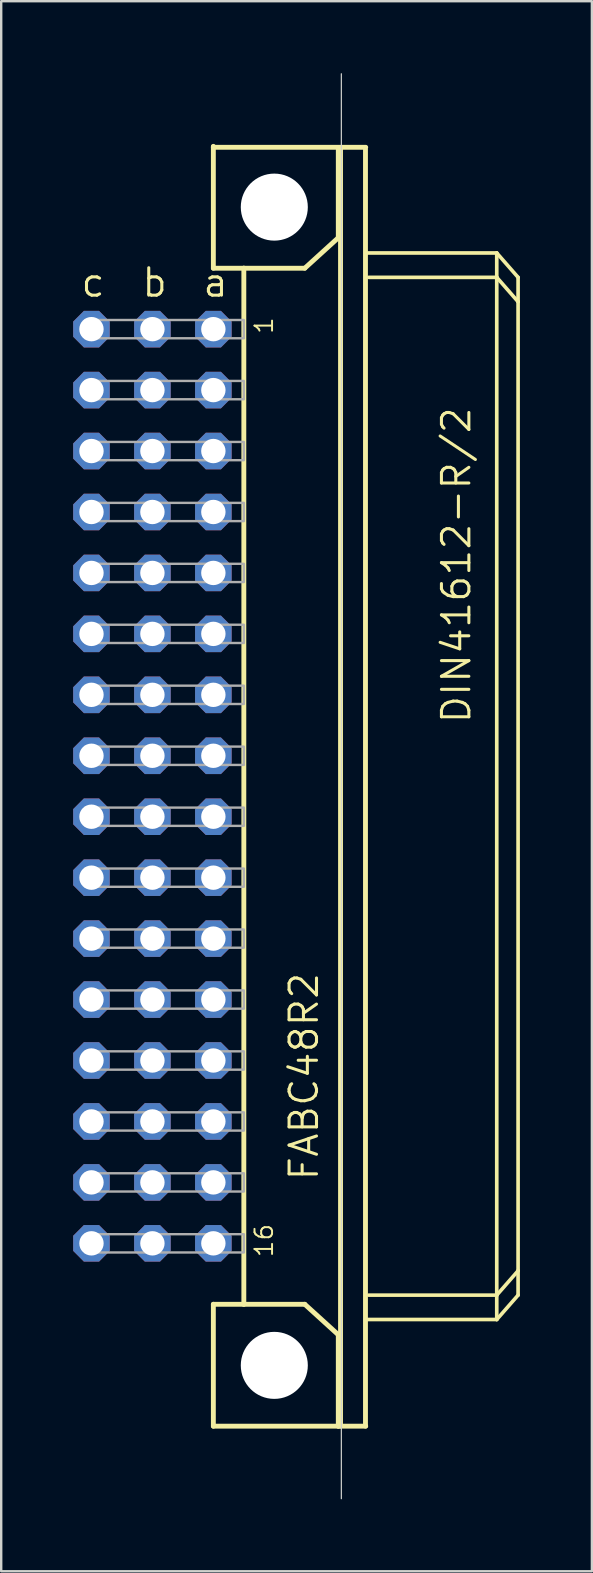
<source format=kicad_pcb>
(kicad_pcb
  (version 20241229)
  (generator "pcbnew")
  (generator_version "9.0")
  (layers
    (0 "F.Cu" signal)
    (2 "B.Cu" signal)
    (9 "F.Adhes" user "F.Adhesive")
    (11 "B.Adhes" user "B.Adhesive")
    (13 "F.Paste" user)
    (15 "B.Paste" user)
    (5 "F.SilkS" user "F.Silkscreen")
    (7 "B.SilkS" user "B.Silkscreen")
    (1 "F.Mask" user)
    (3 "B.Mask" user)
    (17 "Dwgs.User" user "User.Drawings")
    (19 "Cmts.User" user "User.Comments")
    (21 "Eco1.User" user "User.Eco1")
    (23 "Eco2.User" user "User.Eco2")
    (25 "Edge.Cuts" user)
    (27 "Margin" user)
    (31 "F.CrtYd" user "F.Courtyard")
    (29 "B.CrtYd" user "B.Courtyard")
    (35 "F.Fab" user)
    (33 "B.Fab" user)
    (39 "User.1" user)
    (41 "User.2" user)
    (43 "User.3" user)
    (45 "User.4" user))
  (footprint "FABC48R2"
    (layer "F.Cu")
    (at 13.462 30.988)
    (property "Reference" "FABC48R2" (at -3.175 15.24 90) (layer "F.SilkS") (effects (font (size 1.143 1.143) (thickness 0.127)) (justify left bottom)))
    (fp_line (start -7.62 -27.94) (end -7.62 -27.9) (stroke (width 0.203) (type solid)) (layer "F.SilkS"))
    (fp_line (start -7.62 -27.9) (end -7.62 -22.86) (stroke (width 0.203) (type solid)) (layer "F.SilkS"))
    (fp_line (start -7.62 -27.9) (end -1.27 -27.9) (stroke (width 0.203) (type solid)) (layer "F.SilkS"))
    (fp_line (start -7.62 -22.86) (end -6.35 -22.86) (stroke (width 0.203) (type solid)) (layer "F.SilkS"))
    (fp_line (start -7.62 20.32) (end -6.35 20.32) (stroke (width 0.203) (type solid)) (layer "F.SilkS"))
    (fp_line (start -7.62 25.4) (end -7.62 20.32) (stroke (width 0.203) (type solid)) (layer "F.SilkS"))
    (fp_line (start -7.62 25.4) (end -2.413 25.4) (stroke (width 0.203) (type solid)) (layer "F.SilkS"))
    (fp_line (start -6.35 -22.86) (end -6.35 20.32) (stroke (width 0.203) (type solid)) (layer "F.SilkS"))
    (fp_line (start -6.35 -22.86) (end -3.81 -22.86) (stroke (width 0.203) (type solid)) (layer "F.SilkS"))
    (fp_line (start -6.35 20.32) (end -3.81 20.32) (stroke (width 0.203) (type solid)) (layer "F.SilkS"))
    (fp_line (start -3.81 -22.86) (end -2.413 -24.13) (stroke (width 0.203) (type solid)) (layer "F.SilkS"))
    (fp_line (start -3.81 20.32) (end -2.413 21.59) (stroke (width 0.203) (type solid)) (layer "F.SilkS"))
    (fp_line (start -2.413 -24.13) (end -2.413 -27.813) (stroke (width 0.203) (type solid)) (layer "F.SilkS"))
    (fp_line (start -2.413 21.59) (end -2.413 25.4) (stroke (width 0.203) (type solid)) (layer "F.SilkS"))
    (fp_line (start -2.413 25.4) (end -1.27 25.4) (stroke (width 0.203) (type solid)) (layer "F.SilkS"))
    (fp_line (start -2.32 -27.81) (end -2.32 25.397) (stroke (width 0.203) (type solid)) (layer "F.SilkS"))
    (fp_line (start -1.28 25.397) (end -1.28 -27.81) (stroke (width 0.203) (type solid)) (layer "F.SilkS"))
    (fp_line (start -1.27 -23.495) (end 4.191 -23.495) (stroke (width 0.152) (type solid)) (layer "F.SilkS"))
    (fp_line (start -1.143 19.939) (end 4.191 19.939) (stroke (width 0.152) (type solid)) (layer "F.SilkS"))
    (fp_line (start 4.191 -22.479) (end -1.143 -22.479) (stroke (width 0.152) (type solid)) (layer "F.SilkS"))
    (fp_line (start 4.191 -22.479) (end 4.191 -23.495) (stroke (width 0.152) (type solid)) (layer "F.SilkS"))
    (fp_line (start 4.191 19.939) (end 4.191 -22.479) (stroke (width 0.152) (type solid)) (layer "F.SilkS"))
    (fp_line (start 4.191 19.939) (end 5.08 18.923) (stroke (width 0.152) (type solid)) (layer "F.SilkS"))
    (fp_line (start 4.191 20.955) (end -1.27 20.955) (stroke (width 0.152) (type solid)) (layer "F.SilkS"))
    (fp_line (start 4.191 20.955) (end 4.191 19.939) (stroke (width 0.152) (type solid)) (layer "F.SilkS"))
    (fp_line (start 4.191 20.955) (end 5.08 19.939) (stroke (width 0.152) (type solid)) (layer "F.SilkS"))
    (fp_line (start 5.08 -22.479) (end 4.191 -23.495) (stroke (width 0.152) (type solid)) (layer "F.SilkS"))
    (fp_line (start 5.08 -21.463) (end 4.191 -22.479) (stroke (width 0.152) (type solid)) (layer "F.SilkS"))
    (fp_line (start 5.08 -21.463) (end 5.08 -22.479) (stroke (width 0.152) (type solid)) (layer "F.SilkS"))
    (fp_line (start 5.08 18.923) (end 5.08 -21.463) (stroke (width 0.152) (type solid)) (layer "F.SilkS"))
    (fp_line (start 5.08 19.939) (end 5.08 18.923) (stroke (width 0.152) (type solid)) (layer "F.SilkS"))
    (fp_circle (center -5.08 -25.406) (end -3.81 -25.406) (stroke (width 0.152) (type solid)) (fill no) (layer "F.SilkS"))
    (fp_circle (center -5.08 22.866) (end -3.81 22.866) (stroke (width 0.152) (type solid)) (fill no) (layer "F.SilkS"))
    (fp_line (start -2.286 28.423) (end -2.286 -30.963) (stroke (width 0.05) (type solid)) (layer "Edge.Cuts"))
    (fp_poly (pts (xy -12.954 -19.939) (xy -6.35 -19.939) (xy -6.35 -20.701) (xy -12.954 -20.701)) (stroke (width 0.1) (type default)) (fill no) (layer "F.Fab"))
    (fp_poly (pts (xy -12.954 -17.399) (xy -6.35 -17.399) (xy -6.35 -18.161) (xy -12.954 -18.161)) (stroke (width 0.1) (type default)) (fill no) (layer "F.Fab"))
    (fp_poly (pts (xy -12.954 -14.859) (xy -6.35 -14.859) (xy -6.35 -15.621) (xy -12.954 -15.621)) (stroke (width 0.1) (type default)) (fill no) (layer "F.Fab"))
    (fp_poly (pts (xy -12.954 -12.319) (xy -6.35 -12.319) (xy -6.35 -13.081) (xy -12.954 -13.081)) (stroke (width 0.1) (type default)) (fill no) (layer "F.Fab"))
    (fp_poly (pts (xy -12.954 -9.779) (xy -6.35 -9.779) (xy -6.35 -10.541) (xy -12.954 -10.541)) (stroke (width 0.1) (type default)) (fill no) (layer "F.Fab"))
    (fp_poly (pts (xy -12.954 -7.239) (xy -6.35 -7.239) (xy -6.35 -8.001) (xy -12.954 -8.001)) (stroke (width 0.1) (type default)) (fill no) (layer "F.Fab"))
    (fp_poly (pts (xy -12.954 -4.699) (xy -6.35 -4.699) (xy -6.35 -5.461) (xy -12.954 -5.461)) (stroke (width 0.1) (type default)) (fill no) (layer "F.Fab"))
    (fp_poly (pts (xy -12.954 -2.159) (xy -6.35 -2.159) (xy -6.35 -2.921) (xy -12.954 -2.921)) (stroke (width 0.1) (type default)) (fill no) (layer "F.Fab"))
    (fp_poly (pts (xy -12.954 0.381) (xy -6.35 0.381) (xy -6.35 -0.381) (xy -12.954 -0.381)) (stroke (width 0.1) (type default)) (fill no) (layer "F.Fab"))
    (fp_poly (pts (xy -12.954 2.921) (xy -6.35 2.921) (xy -6.35 2.159) (xy -12.954 2.159)) (stroke (width 0.1) (type default)) (fill no) (layer "F.Fab"))
    (fp_poly (pts (xy -12.954 5.461) (xy -6.35 5.461) (xy -6.35 4.699) (xy -12.954 4.699)) (stroke (width 0.1) (type default)) (fill no) (layer "F.Fab"))
    (fp_poly (pts (xy -12.954 8.001) (xy -6.35 8.001) (xy -6.35 7.239) (xy -12.954 7.239)) (stroke (width 0.1) (type default)) (fill no) (layer "F.Fab"))
    (fp_poly (pts (xy -12.954 10.541) (xy -6.35 10.541) (xy -6.35 9.779) (xy -12.954 9.779)) (stroke (width 0.1) (type default)) (fill no) (layer "F.Fab"))
    (fp_poly (pts (xy -12.954 13.081) (xy -6.35 13.081) (xy -6.35 12.319) (xy -12.954 12.319)) (stroke (width 0.1) (type default)) (fill no) (layer "F.Fab"))
    (fp_poly (pts (xy -12.954 15.621) (xy -6.35 15.621) (xy -6.35 14.859) (xy -12.954 14.859)) (stroke (width 0.1) (type default)) (fill no) (layer "F.Fab"))
    (fp_poly (pts (xy -12.954 18.161) (xy -6.35 18.161) (xy -6.35 17.399) (xy -12.954 17.399)) (stroke (width 0.1) (type default)) (fill no) (layer "F.Fab"))
    (fp_text user "16" (at -5.08 18.415 90) (layer "F.SilkS") (effects (font (size 0.732 0.732) (thickness 0.081)) (justify left bottom)))
    (fp_text user "a" (at -8.128 -21.59 0) (layer "F.SilkS") (effects (font (size 1.143 1.143) (thickness 0.127)) (justify left bottom)))
    (fp_text user "b" (at -10.668 -21.59 0) (layer "F.SilkS") (effects (font (size 1.143 1.143) (thickness 0.127)) (justify left bottom)))
    (fp_text user "DIN41612-R/2" (at 3.175 -3.81 90) (layer "F.SilkS") (effects (font (size 1.143 1.143) (thickness 0.127)) (justify left bottom)))
    (fp_text user "1" (at -5.08 -20.066 90) (layer "F.SilkS") (effects (font (size 0.732 0.732) (thickness 0.081)) (justify left bottom)))
    (fp_text user "c" (at -13.208 -21.59 0) (layer "F.SilkS") (effects (font (size 1.143 1.143) (thickness 0.127)) (justify left bottom)))
    (pad "" np_thru_hole circle (at -5.08 -25.406) (size 2.794 2.794) (drill 2.794) (layers "*.Cu" "*.Mask"))
    (pad "" np_thru_hole circle (at -5.08 22.866) (size 2.794 2.794) (drill 2.794) (layers "*.Cu" "*.Mask"))
    (pad "A1" thru_hole roundrect (at -7.62 -20.32) (size 1.524 1.524) (drill 1.016) (layers "*.Cu" "*.Mask") (roundrect_rratio 0.25) (chamfer_ratio 0.293) (chamfer top_left top_right bottom_left bottom_right))
    (pad "A2" thru_hole roundrect (at -7.62 -17.78) (size 1.524 1.524) (drill 1.016) (layers "*.Cu" "*.Mask") (roundrect_rratio 0.25) (chamfer_ratio 0.293) (chamfer top_left top_right bottom_left bottom_right))
    (pad "A3" thru_hole roundrect (at -7.62 -15.24) (size 1.524 1.524) (drill 1.016) (layers "*.Cu" "*.Mask") (roundrect_rratio 0.25) (chamfer_ratio 0.293) (chamfer top_left top_right bottom_left bottom_right))
    (pad "A4" thru_hole roundrect (at -7.62 -12.7) (size 1.524 1.524) (drill 1.016) (layers "*.Cu" "*.Mask") (roundrect_rratio 0.25) (chamfer_ratio 0.293) (chamfer top_left top_right bottom_left bottom_right))
    (pad "A5" thru_hole roundrect (at -7.62 -10.16) (size 1.524 1.524) (drill 1.016) (layers "*.Cu" "*.Mask") (roundrect_rratio 0.25) (chamfer_ratio 0.293) (chamfer top_left top_right bottom_left bottom_right))
    (pad "A6" thru_hole roundrect (at -7.62 -7.62) (size 1.524 1.524) (drill 1.016) (layers "*.Cu" "*.Mask") (roundrect_rratio 0.25) (chamfer_ratio 0.293) (chamfer top_left top_right bottom_left bottom_right))
    (pad "A7" thru_hole roundrect (at -7.62 -5.08) (size 1.524 1.524) (drill 1.016) (layers "*.Cu" "*.Mask") (roundrect_rratio 0.25) (chamfer_ratio 0.293) (chamfer top_left top_right bottom_left bottom_right))
    (pad "A8" thru_hole roundrect (at -7.62 -2.54) (size 1.524 1.524) (drill 1.016) (layers "*.Cu" "*.Mask") (roundrect_rratio 0.25) (chamfer_ratio 0.293) (chamfer top_left top_right bottom_left bottom_right))
    (pad "A9" thru_hole roundrect (at -7.62 0) (size 1.524 1.524) (drill 1.016) (layers "*.Cu" "*.Mask") (roundrect_rratio 0.25) (chamfer_ratio 0.293) (chamfer top_left top_right bottom_left bottom_right))
    (pad "A10" thru_hole roundrect (at -7.62 2.54) (size 1.524 1.524) (drill 1.016) (layers "*.Cu" "*.Mask") (roundrect_rratio 0.25) (chamfer_ratio 0.293) (chamfer top_left top_right bottom_left bottom_right))
    (pad "A11" thru_hole roundrect (at -7.62 5.08) (size 1.524 1.524) (drill 1.016) (layers "*.Cu" "*.Mask") (roundrect_rratio 0.25) (chamfer_ratio 0.293) (chamfer top_left top_right bottom_left bottom_right))
    (pad "A12" thru_hole roundrect (at -7.62 7.62) (size 1.524 1.524) (drill 1.016) (layers "*.Cu" "*.Mask") (roundrect_rratio 0.25) (chamfer_ratio 0.293) (chamfer top_left top_right bottom_left bottom_right))
    (pad "A13" thru_hole roundrect (at -7.62 10.16) (size 1.524 1.524) (drill 1.016) (layers "*.Cu" "*.Mask") (roundrect_rratio 0.25) (chamfer_ratio 0.293) (chamfer top_left top_right bottom_left bottom_right))
    (pad "A14" thru_hole roundrect (at -7.62 12.7) (size 1.524 1.524) (drill 1.016) (layers "*.Cu" "*.Mask") (roundrect_rratio 0.25) (chamfer_ratio 0.293) (chamfer top_left top_right bottom_left bottom_right))
    (pad "A15" thru_hole roundrect (at -7.62 15.24) (size 1.524 1.524) (drill 1.016) (layers "*.Cu" "*.Mask") (roundrect_rratio 0.25) (chamfer_ratio 0.293) (chamfer top_left top_right bottom_left bottom_right))
    (pad "A16" thru_hole roundrect (at -7.62 17.78) (size 1.524 1.524) (drill 1.016) (layers "*.Cu" "*.Mask") (roundrect_rratio 0.25) (chamfer_ratio 0.293) (chamfer top_left top_right bottom_left bottom_right))
    (pad "B1" thru_hole roundrect (at -10.16 -20.32) (size 1.524 1.524) (drill 1.016) (layers "*.Cu" "*.Mask") (roundrect_rratio 0.25) (chamfer_ratio 0.293) (chamfer top_left top_right bottom_left bottom_right))
    (pad "B2" thru_hole roundrect (at -10.16 -17.78) (size 1.524 1.524) (drill 1.016) (layers "*.Cu" "*.Mask") (roundrect_rratio 0.25) (chamfer_ratio 0.293) (chamfer top_left top_right bottom_left bottom_right))
    (pad "B3" thru_hole roundrect (at -10.16 -15.24) (size 1.524 1.524) (drill 1.016) (layers "*.Cu" "*.Mask") (roundrect_rratio 0.25) (chamfer_ratio 0.293) (chamfer top_left top_right bottom_left bottom_right))
    (pad "B4" thru_hole roundrect (at -10.16 -12.7) (size 1.524 1.524) (drill 1.016) (layers "*.Cu" "*.Mask") (roundrect_rratio 0.25) (chamfer_ratio 0.293) (chamfer top_left top_right bottom_left bottom_right))
    (pad "B5" thru_hole roundrect (at -10.16 -10.16) (size 1.524 1.524) (drill 1.016) (layers "*.Cu" "*.Mask") (roundrect_rratio 0.25) (chamfer_ratio 0.293) (chamfer top_left top_right bottom_left bottom_right))
    (pad "B6" thru_hole roundrect (at -10.16 -7.62) (size 1.524 1.524) (drill 1.016) (layers "*.Cu" "*.Mask") (roundrect_rratio 0.25) (chamfer_ratio 0.293) (chamfer top_left top_right bottom_left bottom_right))
    (pad "B7" thru_hole roundrect (at -10.16 -5.08) (size 1.524 1.524) (drill 1.016) (layers "*.Cu" "*.Mask") (roundrect_rratio 0.25) (chamfer_ratio 0.293) (chamfer top_left top_right bottom_left bottom_right))
    (pad "B8" thru_hole roundrect (at -10.16 -2.54) (size 1.524 1.524) (drill 1.016) (layers "*.Cu" "*.Mask") (roundrect_rratio 0.25) (chamfer_ratio 0.293) (chamfer top_left top_right bottom_left bottom_right))
    (pad "B9" thru_hole roundrect (at -10.16 0) (size 1.524 1.524) (drill 1.016) (layers "*.Cu" "*.Mask") (roundrect_rratio 0.25) (chamfer_ratio 0.293) (chamfer top_left top_right bottom_left bottom_right))
    (pad "B10" thru_hole roundrect (at -10.16 2.54) (size 1.524 1.524) (drill 1.016) (layers "*.Cu" "*.Mask") (roundrect_rratio 0.25) (chamfer_ratio 0.293) (chamfer top_left top_right bottom_left bottom_right))
    (pad "B11" thru_hole roundrect (at -10.16 5.08) (size 1.524 1.524) (drill 1.016) (layers "*.Cu" "*.Mask") (roundrect_rratio 0.25) (chamfer_ratio 0.293) (chamfer top_left top_right bottom_left bottom_right))
    (pad "B12" thru_hole roundrect (at -10.16 7.62) (size 1.524 1.524) (drill 1.016) (layers "*.Cu" "*.Mask") (roundrect_rratio 0.25) (chamfer_ratio 0.293) (chamfer top_left top_right bottom_left bottom_right))
    (pad "B13" thru_hole roundrect (at -10.16 10.16) (size 1.524 1.524) (drill 1.016) (layers "*.Cu" "*.Mask") (roundrect_rratio 0.25) (chamfer_ratio 0.293) (chamfer top_left top_right bottom_left bottom_right))
    (pad "B14" thru_hole roundrect (at -10.16 12.7) (size 1.524 1.524) (drill 1.016) (layers "*.Cu" "*.Mask") (roundrect_rratio 0.25) (chamfer_ratio 0.293) (chamfer top_left top_right bottom_left bottom_right))
    (pad "B15" thru_hole roundrect (at -10.16 15.24) (size 1.524 1.524) (drill 1.016) (layers "*.Cu" "*.Mask") (roundrect_rratio 0.25) (chamfer_ratio 0.293) (chamfer top_left top_right bottom_left bottom_right))
    (pad "B16" thru_hole roundrect (at -10.16 17.78) (size 1.524 1.524) (drill 1.016) (layers "*.Cu" "*.Mask") (roundrect_rratio 0.25) (chamfer_ratio 0.293) (chamfer top_left top_right bottom_left bottom_right))
    (pad "C1" thru_hole roundrect (at -12.7 -20.32) (size 1.524 1.524) (drill 1.016) (layers "*.Cu" "*.Mask") (roundrect_rratio 0.25) (chamfer_ratio 0.293) (chamfer top_left top_right bottom_left bottom_right))
    (pad "C2" thru_hole roundrect (at -12.7 -17.78) (size 1.524 1.524) (drill 1.016) (layers "*.Cu" "*.Mask") (roundrect_rratio 0.25) (chamfer_ratio 0.293) (chamfer top_left top_right bottom_left bottom_right))
    (pad "C3" thru_hole roundrect (at -12.7 -15.24) (size 1.524 1.524) (drill 1.016) (layers "*.Cu" "*.Mask") (roundrect_rratio 0.25) (chamfer_ratio 0.293) (chamfer top_left top_right bottom_left bottom_right))
    (pad "C4" thru_hole roundrect (at -12.7 -12.7) (size 1.524 1.524) (drill 1.016) (layers "*.Cu" "*.Mask") (roundrect_rratio 0.25) (chamfer_ratio 0.293) (chamfer top_left top_right bottom_left bottom_right))
    (pad "C5" thru_hole roundrect (at -12.7 -10.16) (size 1.524 1.524) (drill 1.016) (layers "*.Cu" "*.Mask") (roundrect_rratio 0.25) (chamfer_ratio 0.293) (chamfer top_left top_right bottom_left bottom_right))
    (pad "C6" thru_hole roundrect (at -12.7 -7.62) (size 1.524 1.524) (drill 1.016) (layers "*.Cu" "*.Mask") (roundrect_rratio 0.25) (chamfer_ratio 0.293) (chamfer top_left top_right bottom_left bottom_right))
    (pad "C7" thru_hole roundrect (at -12.7 -5.08) (size 1.524 1.524) (drill 1.016) (layers "*.Cu" "*.Mask") (roundrect_rratio 0.25) (chamfer_ratio 0.293) (chamfer top_left top_right bottom_left bottom_right))
    (pad "C8" thru_hole roundrect (at -12.7 -2.54) (size 1.524 1.524) (drill 1.016) (layers "*.Cu" "*.Mask") (roundrect_rratio 0.25) (chamfer_ratio 0.293) (chamfer top_left top_right bottom_left bottom_right))
    (pad "C9" thru_hole roundrect (at -12.7 0) (size 1.524 1.524) (drill 1.016) (layers "*.Cu" "*.Mask") (roundrect_rratio 0.25) (chamfer_ratio 0.293) (chamfer top_left top_right bottom_left bottom_right))
    (pad "C10" thru_hole roundrect (at -12.7 2.54) (size 1.524 1.524) (drill 1.016) (layers "*.Cu" "*.Mask") (roundrect_rratio 0.25) (chamfer_ratio 0.293) (chamfer top_left top_right bottom_left bottom_right))
    (pad "C11" thru_hole roundrect (at -12.7 5.08) (size 1.524 1.524) (drill 1.016) (layers "*.Cu" "*.Mask") (roundrect_rratio 0.25) (chamfer_ratio 0.293) (chamfer top_left top_right bottom_left bottom_right))
    (pad "C12" thru_hole roundrect (at -12.7 7.62) (size 1.524 1.524) (drill 1.016) (layers "*.Cu" "*.Mask") (roundrect_rratio 0.25) (chamfer_ratio 0.293) (chamfer top_left top_right bottom_left bottom_right))
    (pad "C13" thru_hole roundrect (at -12.7 10.16) (size 1.524 1.524) (drill 1.016) (layers "*.Cu" "*.Mask") (roundrect_rratio 0.25) (chamfer_ratio 0.293) (chamfer top_left top_right bottom_left bottom_right))
    (pad "C14" thru_hole roundrect (at -12.7 12.7) (size 1.524 1.524) (drill 1.016) (layers "*.Cu" "*.Mask") (roundrect_rratio 0.25) (chamfer_ratio 0.293) (chamfer top_left top_right bottom_left bottom_right))
    (pad "C15" thru_hole roundrect (at -12.7 15.24) (size 1.524 1.524) (drill 1.016) (layers "*.Cu" "*.Mask") (roundrect_rratio 0.25) (chamfer_ratio 0.293) (chamfer top_left top_right bottom_left bottom_right))
    (pad "C16" thru_hole roundrect (at -12.7 17.78) (size 1.524 1.524) (drill 1.016) (layers "*.Cu" "*.Mask") (roundrect_rratio 0.25) (chamfer_ratio 0.293) (chamfer top_left top_right bottom_left bottom_right))
    (zone (net_name "") (layers "F.Cu" "B.Cu") (hatch edge 0.5) (connect_pads) (min_thickness 0.25) (filled_areas_thickness no) (keepout (tracks allowed) (vias not_allowed) (pads allowed) (copperpour allowed) (footprints allowed)) (placement (enabled no)) (fill) (polygon (pts (xy 11.557 5.581) (xy 11.537 5.226) (xy 11.477 4.875) (xy 11.379 4.533) (xy 11.243 4.204) (xy 11.07 3.892) (xy 10.864 3.602) (xy 10.627 3.336) (xy 10.362 3.099) (xy 10.071 2.893) (xy 9.76 2.721) (xy 9.431 2.584) (xy 9.089 2.486) (xy 8.737 2.426) (xy 8.382 2.406) (xy 8.027 2.426) (xy 7.675 2.486) (xy 7.333 2.584) (xy 7.004 2.721) (xy 6.693 2.893) (xy 6.402 3.099) (xy 6.137 3.336) (xy 5.9 3.602) (xy 5.694 3.892) (xy 5.521 4.204) (xy 5.385 4.533) (xy 5.287 4.875) (xy 5.227 5.226) (xy 5.207 5.581) (xy 5.227 5.937) (xy 5.287 6.288) (xy 5.385 6.63) (xy 5.521 6.959) (xy 5.694 7.27) (xy 5.9 7.561) (xy 6.137 7.826) (xy 6.402 8.064) (xy 6.693 8.27) (xy 7.004 8.442) (xy 7.333 8.578) (xy 7.675 8.677) (xy 8.027 8.736) (xy 8.382 8.756) (xy 8.737 8.736) (xy 9.089 8.677) (xy 9.431 8.578) (xy 9.76 8.442) (xy 10.071 8.27) (xy 10.362 8.064) (xy 10.627 7.826) (xy 10.864 7.561) (xy 11.07 7.27) (xy 11.243 6.959) (xy 11.379 6.63) (xy 11.477 6.288) (xy 11.537 5.937))) (polygon (pts (xy 9.779 5.581) (xy 9.759 5.345) (xy 9.699 5.116) (xy 9.602 4.9) (xy 9.469 4.704) (xy 9.305 4.533) (xy 9.114 4.392) (xy 8.903 4.285) (xy 8.676 4.216) (xy 8.441 4.185) (xy 8.205 4.196) (xy 7.973 4.245) (xy 7.753 4.334) (xy 7.551 4.458) (xy 7.373 4.615) (xy 7.225 4.799) (xy 7.109 5.006) (xy 7.03 5.229) (xy 6.99 5.463) (xy 6.99 5.7) (xy 7.03 5.933) (xy 7.109 6.157) (xy 7.225 6.363) (xy 7.373 6.548) (xy 7.551 6.704) (xy 7.753 6.829) (xy 7.973 6.917) (xy 8.205 6.967) (xy 8.441 6.977) (xy 8.676 6.947) (xy 8.903 6.877) (xy 9.114 6.771) (xy 9.305 6.63) (xy 9.469 6.459) (xy 9.602 6.263) (xy 9.699 6.047) (xy 9.759 5.817))))
    (zone (net_name "") (layers "F.Cu" "B.Cu") (hatch edge 0.5) (connect_pads) (min_thickness 0.25) (filled_areas_thickness no) (keepout (tracks allowed) (vias not_allowed) (pads allowed) (copperpour allowed) (footprints allowed)) (placement (enabled no)) (fill) (polygon (pts (xy 11.557 53.854) (xy 11.537 53.499) (xy 11.477 53.147) (xy 11.379 52.805) (xy 11.243 52.476) (xy 11.07 52.165) (xy 10.864 51.874) (xy 10.627 51.609) (xy 10.362 51.372) (xy 10.071 51.166) (xy 9.76 50.993) (xy 9.431 50.857) (xy 9.089 50.759) (xy 8.737 50.699) (xy 8.382 50.679) (xy 8.027 50.699) (xy 7.675 50.759) (xy 7.333 50.857) (xy 7.004 50.993) (xy 6.693 51.166) (xy 6.402 51.372) (xy 6.137 51.609) (xy 5.9 51.874) (xy 5.694 52.165) (xy 5.521 52.476) (xy 5.385 52.805) (xy 5.287 53.147) (xy 5.227 53.499) (xy 5.207 53.854) (xy 5.227 54.209) (xy 5.287 54.561) (xy 5.385 54.903) (xy 5.521 55.232) (xy 5.694 55.543) (xy 5.9 55.834) (xy 6.137 56.099) (xy 6.402 56.336) (xy 6.693 56.542) (xy 7.004 56.715) (xy 7.333 56.851) (xy 7.675 56.949) (xy 8.027 57.009) (xy 8.382 57.029) (xy 8.737 57.009) (xy 9.089 56.949) (xy 9.431 56.851) (xy 9.76 56.715) (xy 10.071 56.542) (xy 10.362 56.336) (xy 10.627 56.099) (xy 10.864 55.834) (xy 11.07 55.543) (xy 11.243 55.232) (xy 11.379 54.903) (xy 11.477 54.561) (xy 11.537 54.209))) (polygon (pts (xy 9.779 53.854) (xy 9.759 53.618) (xy 9.699 53.389) (xy 9.602 53.173) (xy 9.469 52.976) (xy 9.305 52.805) (xy 9.114 52.664) (xy 8.903 52.558) (xy 8.676 52.488) (xy 8.441 52.458) (xy 8.205 52.468) (xy 7.973 52.518) (xy 7.753 52.607) (xy 7.551 52.731) (xy 7.373 52.887) (xy 7.225 53.072) (xy 7.109 53.279) (xy 7.03 53.502) (xy 6.99 53.736) (xy 6.99 53.972) (xy 7.03 54.206) (xy 7.109 54.429) (xy 7.225 54.636) (xy 7.373 54.821) (xy 7.551 54.977) (xy 7.753 55.101) (xy 7.973 55.19) (xy 8.205 55.24) (xy 8.441 55.25) (xy 8.676 55.22) (xy 8.903 55.15) (xy 9.114 55.044) (xy 9.305 54.903) (xy 9.469 54.732) (xy 9.602 54.535) (xy 9.699 54.319) (xy 9.759 54.09))))
    (zone (net_name "") (layer "B.Cu") (hatch edge 0.5) (connect_pads) (min_thickness 0.25) (filled_areas_thickness no) (keepout (tracks not_allowed) (vias not_allowed) (pads not_allowed) (copperpour not_allowed) (footprints allowed)) (placement (enabled no)) (fill) (polygon (pts (xy 11.557 5.581) (xy 11.537 5.226) (xy 11.477 4.875) (xy 11.379 4.533) (xy 11.243 4.204) (xy 11.07 3.892) (xy 10.864 3.602) (xy 10.627 3.336) (xy 10.362 3.099) (xy 10.071 2.893) (xy 9.76 2.721) (xy 9.431 2.584) (xy 9.089 2.486) (xy 8.737 2.426) (xy 8.382 2.406) (xy 8.027 2.426) (xy 7.675 2.486) (xy 7.333 2.584) (xy 7.004 2.721) (xy 6.693 2.893) (xy 6.402 3.099) (xy 6.137 3.336) (xy 5.9 3.602) (xy 5.694 3.892) (xy 5.521 4.204) (xy 5.385 4.533) (xy 5.287 4.875) (xy 5.227 5.226) (xy 5.207 5.581) (xy 5.227 5.937) (xy 5.287 6.288) (xy 5.385 6.63) (xy 5.521 6.959) (xy 5.694 7.27) (xy 5.9 7.561) (xy 6.137 7.826) (xy 6.402 8.064) (xy 6.693 8.27) (xy 7.004 8.442) (xy 7.333 8.578) (xy 7.675 8.677) (xy 8.027 8.736) (xy 8.382 8.756) (xy 8.737 8.736) (xy 9.089 8.677) (xy 9.431 8.578) (xy 9.76 8.442) (xy 10.071 8.27) (xy 10.362 8.064) (xy 10.627 7.826) (xy 10.864 7.561) (xy 11.07 7.27) (xy 11.243 6.959) (xy 11.379 6.63) (xy 11.477 6.288) (xy 11.537 5.937))) (polygon (pts (xy 9.779 5.581) (xy 9.759 5.345) (xy 9.699 5.116) (xy 9.602 4.9) (xy 9.469 4.704) (xy 9.305 4.533) (xy 9.114 4.392) (xy 8.903 4.285) (xy 8.676 4.216) (xy 8.441 4.185) (xy 8.205 4.196) (xy 7.973 4.245) (xy 7.753 4.334) (xy 7.551 4.458) (xy 7.373 4.615) (xy 7.225 4.799) (xy 7.109 5.006) (xy 7.03 5.229) (xy 6.99 5.463) (xy 6.99 5.7) (xy 7.03 5.933) (xy 7.109 6.157) (xy 7.225 6.363) (xy 7.373 6.548) (xy 7.551 6.704) (xy 7.753 6.829) (xy 7.973 6.917) (xy 8.205 6.967) (xy 8.441 6.977) (xy 8.676 6.947) (xy 8.903 6.877) (xy 9.114 6.771) (xy 9.305 6.63) (xy 9.469 6.459) (xy 9.602 6.263) (xy 9.699 6.047) (xy 9.759 5.817))))
    (zone (net_name "") (layer "B.Cu") (hatch edge 0.5) (connect_pads) (min_thickness 0.25) (filled_areas_thickness no) (keepout (tracks not_allowed) (vias not_allowed) (pads not_allowed) (copperpour not_allowed) (footprints allowed)) (placement (enabled no)) (fill) (polygon (pts (xy 11.557 53.854) (xy 11.537 53.499) (xy 11.477 53.147) (xy 11.379 52.805) (xy 11.243 52.476) (xy 11.07 52.165) (xy 10.864 51.874) (xy 10.627 51.609) (xy 10.362 51.372) (xy 10.071 51.166) (xy 9.76 50.993) (xy 9.431 50.857) (xy 9.089 50.759) (xy 8.737 50.699) (xy 8.382 50.679) (xy 8.027 50.699) (xy 7.675 50.759) (xy 7.333 50.857) (xy 7.004 50.993) (xy 6.693 51.166) (xy 6.402 51.372) (xy 6.137 51.609) (xy 5.9 51.874) (xy 5.694 52.165) (xy 5.521 52.476) (xy 5.385 52.805) (xy 5.287 53.147) (xy 5.227 53.499) (xy 5.207 53.854) (xy 5.227 54.209) (xy 5.287 54.561) (xy 5.385 54.903) (xy 5.521 55.232) (xy 5.694 55.543) (xy 5.9 55.834) (xy 6.137 56.099) (xy 6.402 56.336) (xy 6.693 56.542) (xy 7.004 56.715) (xy 7.333 56.851) (xy 7.675 56.949) (xy 8.027 57.009) (xy 8.382 57.029) (xy 8.737 57.009) (xy 9.089 56.949) (xy 9.431 56.851) (xy 9.76 56.715) (xy 10.071 56.542) (xy 10.362 56.336) (xy 10.627 56.099) (xy 10.864 55.834) (xy 11.07 55.543) (xy 11.243 55.232) (xy 11.379 54.903) (xy 11.477 54.561) (xy 11.537 54.209))) (polygon (pts (xy 9.779 53.854) (xy 9.759 53.618) (xy 9.699 53.389) (xy 9.602 53.173) (xy 9.469 52.976) (xy 9.305 52.805) (xy 9.114 52.664) (xy 8.903 52.558) (xy 8.676 52.488) (xy 8.441 52.458) (xy 8.205 52.468) (xy 7.973 52.518) (xy 7.753 52.607) (xy 7.551 52.731) (xy 7.373 52.887) (xy 7.225 53.072) (xy 7.109 53.279) (xy 7.03 53.502) (xy 6.99 53.736) (xy 6.99 53.972) (xy 7.03 54.206) (xy 7.109 54.429) (xy 7.225 54.636) (xy 7.373 54.821) (xy 7.551 54.977) (xy 7.753 55.101) (xy 7.973 55.19) (xy 8.205 55.24) (xy 8.441 55.25) (xy 8.676 55.22) (xy 8.903 55.15) (xy 9.114 55.044) (xy 9.305 54.903) (xy 9.469 54.732) (xy 9.602 54.535) (xy 9.699 54.319) (xy 9.759 54.09)))))
  (gr_rect
    (start -3 -3)
    (end 21.618 62.435)
    (stroke (width 0.1) (type default))
    (fill no)
    (layer "Edge.Cuts")))
</source>
